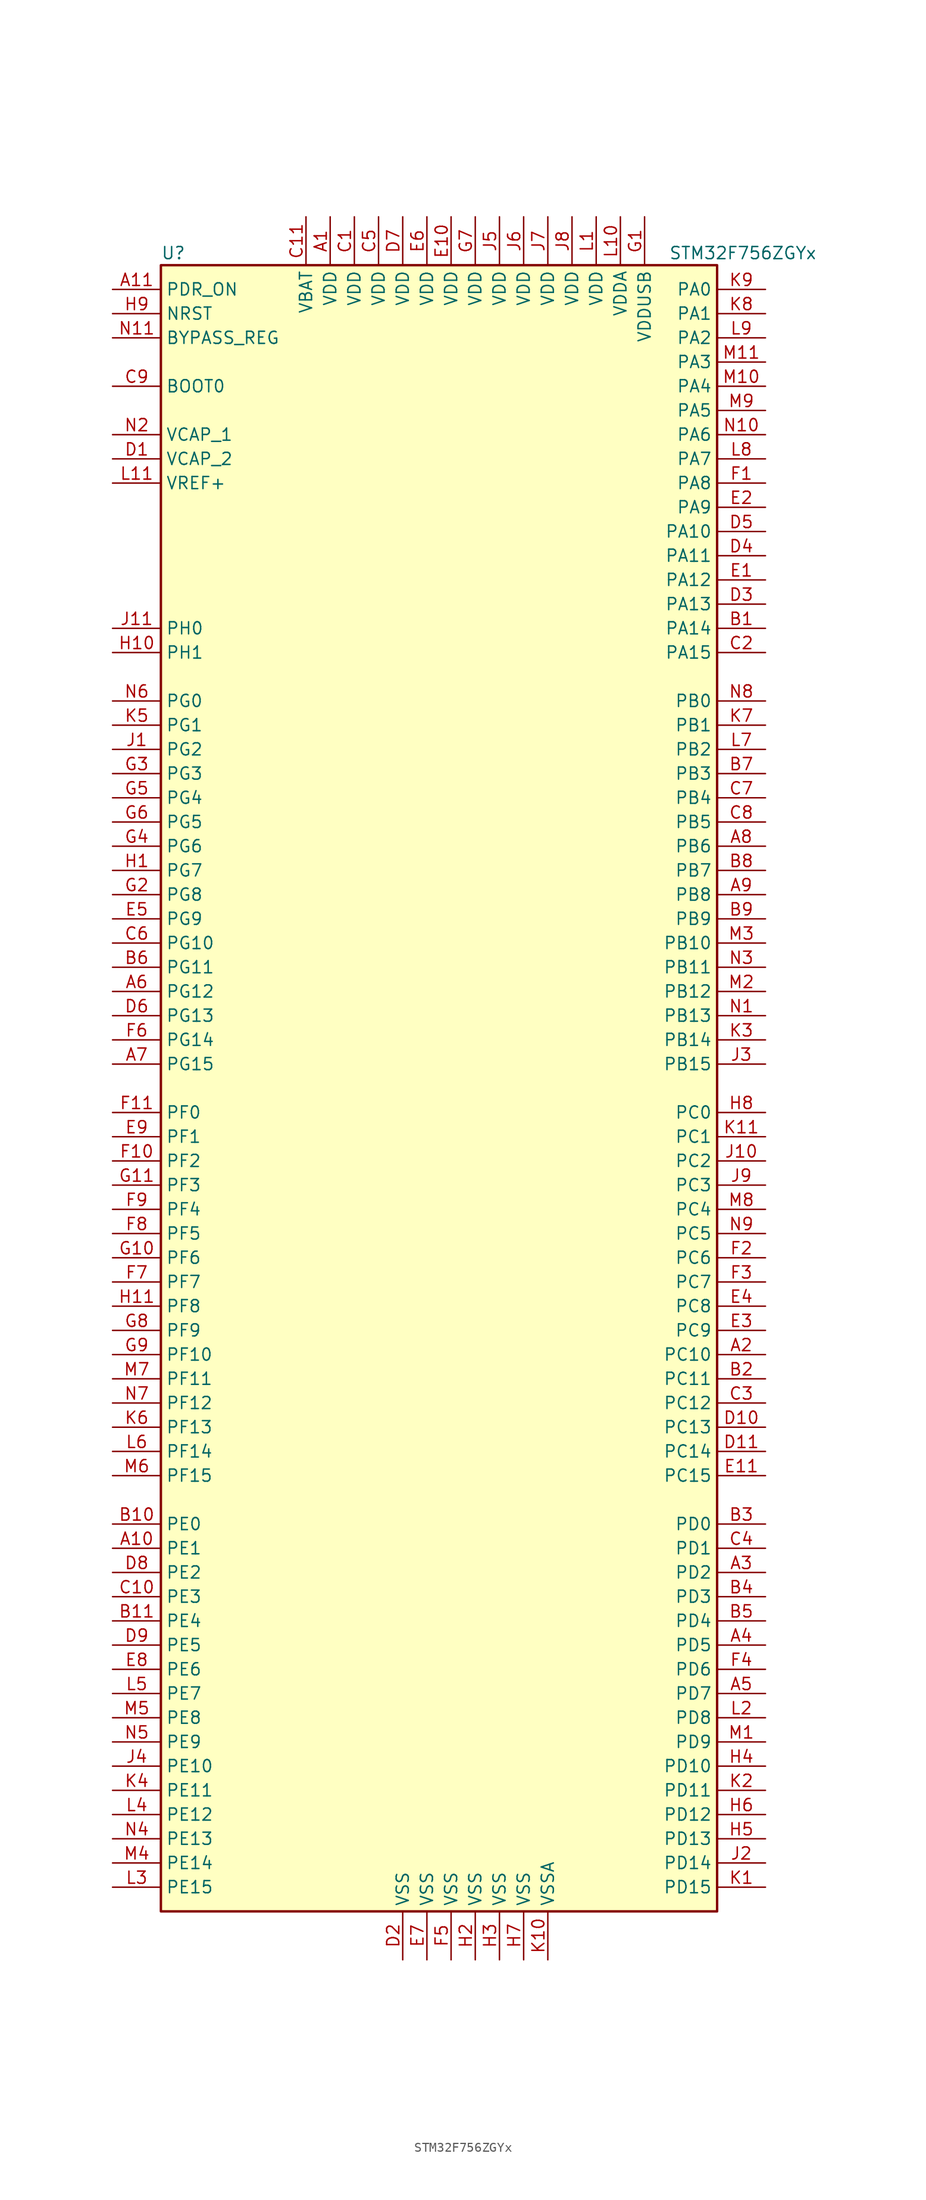
<source format=kicad_sym>
(kicad_symbol_lib
  (version 20211014)
  (generator kicad_symbol_editor)
  (symbol "STM32F756ZGYx"
    (property "Reference" "U"
      (at -30.48 87.63 0)
      (effects (font (size 1.27 1.27)) (justify left)))
    (property "Value" "STM32F756ZGYx"
      (at 22.86 87.63 0)
      (effects (font (size 1.27 1.27)) (justify left)))
    (symbol "STM32F756ZGYx_0_1"
      (rectangle (start -30.48 -86.36) (end 27.94 86.36) (stroke (width 0.254) (type default) (color 0 0 0 0)) (fill (type background))))
    (symbol "STM32F756ZGYx_1_1"
      (pin power_in line (at -12.7 91.44 270) (length 5.08) (name "VDD" (effects (font (size 1.27 1.27)))) (number "A1" (effects (font (size 1.27 1.27)))))
      (pin bidirectional line (at -35.56 -48.26 0) (length 5.08) (name "PE1" (effects (font (size 1.27 1.27)))) (number "A10" (effects (font (size 1.27 1.27)))))
      (pin input line (at -35.56 83.82 0) (length 5.08) (name "PDR_ON" (effects (font (size 1.27 1.27)))) (number "A11" (effects (font (size 1.27 1.27)))))
      (pin bidirectional line (at 33.02 -27.94 180) (length 5.08) (name "PC10" (effects (font (size 1.27 1.27)))) (number "A2" (effects (font (size 1.27 1.27)))))
      (pin bidirectional line (at 33.02 -50.8 180) (length 5.08) (name "PD2" (effects (font (size 1.27 1.27)))) (number "A3" (effects (font (size 1.27 1.27)))))
      (pin bidirectional line (at 33.02 -58.42 180) (length 5.08) (name "PD5" (effects (font (size 1.27 1.27)))) (number "A4" (effects (font (size 1.27 1.27)))))
      (pin bidirectional line (at 33.02 -63.5 180) (length 5.08) (name "PD7" (effects (font (size 1.27 1.27)))) (number "A5" (effects (font (size 1.27 1.27)))))
      (pin bidirectional line (at -35.56 10.16 0) (length 5.08) (name "PG12" (effects (font (size 1.27 1.27)))) (number "A6" (effects (font (size 1.27 1.27)))))
      (pin bidirectional line (at -35.56 2.54 0) (length 5.08) (name "PG15" (effects (font (size 1.27 1.27)))) (number "A7" (effects (font (size 1.27 1.27)))))
      (pin bidirectional line (at 33.02 25.4 180) (length 5.08) (name "PB6" (effects (font (size 1.27 1.27)))) (number "A8" (effects (font (size 1.27 1.27)))))
      (pin bidirectional line (at 33.02 20.32 180) (length 5.08) (name "PB8" (effects (font (size 1.27 1.27)))) (number "A9" (effects (font (size 1.27 1.27)))))
      (pin bidirectional line (at 33.02 48.26 180) (length 5.08) (name "PA14" (effects (font (size 1.27 1.27)))) (number "B1" (effects (font (size 1.27 1.27)))))
      (pin bidirectional line (at -35.56 -45.72 0) (length 5.08) (name "PE0" (effects (font (size 1.27 1.27)))) (number "B10" (effects (font (size 1.27 1.27)))))
      (pin bidirectional line (at -35.56 -55.88 0) (length 5.08) (name "PE4" (effects (font (size 1.27 1.27)))) (number "B11" (effects (font (size 1.27 1.27)))))
      (pin bidirectional line (at 33.02 -30.48 180) (length 5.08) (name "PC11" (effects (font (size 1.27 1.27)))) (number "B2" (effects (font (size 1.27 1.27)))))
      (pin bidirectional line (at 33.02 -45.72 180) (length 5.08) (name "PD0" (effects (font (size 1.27 1.27)))) (number "B3" (effects (font (size 1.27 1.27)))))
      (pin bidirectional line (at 33.02 -53.34 180) (length 5.08) (name "PD3" (effects (font (size 1.27 1.27)))) (number "B4" (effects (font (size 1.27 1.27)))))
      (pin bidirectional line (at 33.02 -55.88 180) (length 5.08) (name "PD4" (effects (font (size 1.27 1.27)))) (number "B5" (effects (font (size 1.27 1.27)))))
      (pin bidirectional line (at -35.56 12.7 0) (length 5.08) (name "PG11" (effects (font (size 1.27 1.27)))) (number "B6" (effects (font (size 1.27 1.27)))))
      (pin bidirectional line (at 33.02 33.02 180) (length 5.08) (name "PB3" (effects (font (size 1.27 1.27)))) (number "B7" (effects (font (size 1.27 1.27)))))
      (pin bidirectional line (at 33.02 22.86 180) (length 5.08) (name "PB7" (effects (font (size 1.27 1.27)))) (number "B8" (effects (font (size 1.27 1.27)))))
      (pin bidirectional line (at 33.02 17.78 180) (length 5.08) (name "PB9" (effects (font (size 1.27 1.27)))) (number "B9" (effects (font (size 1.27 1.27)))))
      (pin power_in line (at -10.16 91.44 270) (length 5.08) (name "VDD" (effects (font (size 1.27 1.27)))) (number "C1" (effects (font (size 1.27 1.27)))))
      (pin bidirectional line (at -35.56 -53.34 0) (length 5.08) (name "PE3" (effects (font (size 1.27 1.27)))) (number "C10" (effects (font (size 1.27 1.27)))))
      (pin power_in line (at -15.24 91.44 270) (length 5.08) (name "VBAT" (effects (font (size 1.27 1.27)))) (number "C11" (effects (font (size 1.27 1.27)))))
      (pin bidirectional line (at 33.02 45.72 180) (length 5.08) (name "PA15" (effects (font (size 1.27 1.27)))) (number "C2" (effects (font (size 1.27 1.27)))))
      (pin bidirectional line (at 33.02 -33.02 180) (length 5.08) (name "PC12" (effects (font (size 1.27 1.27)))) (number "C3" (effects (font (size 1.27 1.27)))))
      (pin bidirectional line (at 33.02 -48.26 180) (length 5.08) (name "PD1" (effects (font (size 1.27 1.27)))) (number "C4" (effects (font (size 1.27 1.27)))))
      (pin power_in line (at -7.62 91.44 270) (length 5.08) (name "VDD" (effects (font (size 1.27 1.27)))) (number "C5" (effects (font (size 1.27 1.27)))))
      (pin bidirectional line (at -35.56 15.24 0) (length 5.08) (name "PG10" (effects (font (size 1.27 1.27)))) (number "C6" (effects (font (size 1.27 1.27)))))
      (pin bidirectional line (at 33.02 30.48 180) (length 5.08) (name "PB4" (effects (font (size 1.27 1.27)))) (number "C7" (effects (font (size 1.27 1.27)))))
      (pin bidirectional line (at 33.02 27.94 180) (length 5.08) (name "PB5" (effects (font (size 1.27 1.27)))) (number "C8" (effects (font (size 1.27 1.27)))))
      (pin input line (at -35.56 73.66 0) (length 5.08) (name "BOOT0" (effects (font (size 1.27 1.27)))) (number "C9" (effects (font (size 1.27 1.27)))))
      (pin power_in line (at -35.56 66.04 0) (length 5.08) (name "VCAP_2" (effects (font (size 1.27 1.27)))) (number "D1" (effects (font (size 1.27 1.27)))))
      (pin bidirectional line (at 33.02 -35.56 180) (length 5.08) (name "PC13" (effects (font (size 1.27 1.27)))) (number "D10" (effects (font (size 1.27 1.27)))))
      (pin bidirectional line (at 33.02 -38.1 180) (length 5.08) (name "PC14" (effects (font (size 1.27 1.27)))) (number "D11" (effects (font (size 1.27 1.27)))))
      (pin power_in line (at -5.08 -91.44 90) (length 5.08) (name "VSS" (effects (font (size 1.27 1.27)))) (number "D2" (effects (font (size 1.27 1.27)))))
      (pin bidirectional line (at 33.02 50.8 180) (length 5.08) (name "PA13" (effects (font (size 1.27 1.27)))) (number "D3" (effects (font (size 1.27 1.27)))))
      (pin bidirectional line (at 33.02 55.88 180) (length 5.08) (name "PA11" (effects (font (size 1.27 1.27)))) (number "D4" (effects (font (size 1.27 1.27)))))
      (pin bidirectional line (at 33.02 58.42 180) (length 5.08) (name "PA10" (effects (font (size 1.27 1.27)))) (number "D5" (effects (font (size 1.27 1.27)))))
      (pin bidirectional line (at -35.56 7.62 0) (length 5.08) (name "PG13" (effects (font (size 1.27 1.27)))) (number "D6" (effects (font (size 1.27 1.27)))))
      (pin power_in line (at -5.08 91.44 270) (length 5.08) (name "VDD" (effects (font (size 1.27 1.27)))) (number "D7" (effects (font (size 1.27 1.27)))))
      (pin bidirectional line (at -35.56 -50.8 0) (length 5.08) (name "PE2" (effects (font (size 1.27 1.27)))) (number "D8" (effects (font (size 1.27 1.27)))))
      (pin bidirectional line (at -35.56 -58.42 0) (length 5.08) (name "PE5" (effects (font (size 1.27 1.27)))) (number "D9" (effects (font (size 1.27 1.27)))))
      (pin bidirectional line (at 33.02 53.34 180) (length 5.08) (name "PA12" (effects (font (size 1.27 1.27)))) (number "E1" (effects (font (size 1.27 1.27)))))
      (pin power_in line (at 0 91.44 270) (length 5.08) (name "VDD" (effects (font (size 1.27 1.27)))) (number "E10" (effects (font (size 1.27 1.27)))))
      (pin bidirectional line (at 33.02 -40.64 180) (length 5.08) (name "PC15" (effects (font (size 1.27 1.27)))) (number "E11" (effects (font (size 1.27 1.27)))))
      (pin bidirectional line (at 33.02 60.96 180) (length 5.08) (name "PA9" (effects (font (size 1.27 1.27)))) (number "E2" (effects (font (size 1.27 1.27)))))
      (pin bidirectional line (at 33.02 -25.4 180) (length 5.08) (name "PC9" (effects (font (size 1.27 1.27)))) (number "E3" (effects (font (size 1.27 1.27)))))
      (pin bidirectional line (at 33.02 -22.86 180) (length 5.08) (name "PC8" (effects (font (size 1.27 1.27)))) (number "E4" (effects (font (size 1.27 1.27)))))
      (pin bidirectional line (at -35.56 17.78 0) (length 5.08) (name "PG9" (effects (font (size 1.27 1.27)))) (number "E5" (effects (font (size 1.27 1.27)))))
      (pin power_in line (at -2.54 91.44 270) (length 5.08) (name "VDD" (effects (font (size 1.27 1.27)))) (number "E6" (effects (font (size 1.27 1.27)))))
      (pin power_in line (at -2.54 -91.44 90) (length 5.08) (name "VSS" (effects (font (size 1.27 1.27)))) (number "E7" (effects (font (size 1.27 1.27)))))
      (pin bidirectional line (at -35.56 -60.96 0) (length 5.08) (name "PE6" (effects (font (size 1.27 1.27)))) (number "E8" (effects (font (size 1.27 1.27)))))
      (pin bidirectional line (at -35.56 -5.08 0) (length 5.08) (name "PF1" (effects (font (size 1.27 1.27)))) (number "E9" (effects (font (size 1.27 1.27)))))
      (pin bidirectional line (at 33.02 63.5 180) (length 5.08) (name "PA8" (effects (font (size 1.27 1.27)))) (number "F1" (effects (font (size 1.27 1.27)))))
      (pin bidirectional line (at -35.56 -7.62 0) (length 5.08) (name "PF2" (effects (font (size 1.27 1.27)))) (number "F10" (effects (font (size 1.27 1.27)))))
      (pin bidirectional line (at -35.56 -2.54 0) (length 5.08) (name "PF0" (effects (font (size 1.27 1.27)))) (number "F11" (effects (font (size 1.27 1.27)))))
      (pin bidirectional line (at 33.02 -17.78 180) (length 5.08) (name "PC6" (effects (font (size 1.27 1.27)))) (number "F2" (effects (font (size 1.27 1.27)))))
      (pin bidirectional line (at 33.02 -20.32 180) (length 5.08) (name "PC7" (effects (font (size 1.27 1.27)))) (number "F3" (effects (font (size 1.27 1.27)))))
      (pin bidirectional line (at 33.02 -60.96 180) (length 5.08) (name "PD6" (effects (font (size 1.27 1.27)))) (number "F4" (effects (font (size 1.27 1.27)))))
      (pin power_in line (at 0 -91.44 90) (length 5.08) (name "VSS" (effects (font (size 1.27 1.27)))) (number "F5" (effects (font (size 1.27 1.27)))))
      (pin bidirectional line (at -35.56 5.08 0) (length 5.08) (name "PG14" (effects (font (size 1.27 1.27)))) (number "F6" (effects (font (size 1.27 1.27)))))
      (pin bidirectional line (at -35.56 -20.32 0) (length 5.08) (name "PF7" (effects (font (size 1.27 1.27)))) (number "F7" (effects (font (size 1.27 1.27)))))
      (pin bidirectional line (at -35.56 -15.24 0) (length 5.08) (name "PF5" (effects (font (size 1.27 1.27)))) (number "F8" (effects (font (size 1.27 1.27)))))
      (pin bidirectional line (at -35.56 -12.7 0) (length 5.08) (name "PF4" (effects (font (size 1.27 1.27)))) (number "F9" (effects (font (size 1.27 1.27)))))
      (pin power_in line (at 20.32 91.44 270) (length 5.08) (name "VDDUSB" (effects (font (size 1.27 1.27)))) (number "G1" (effects (font (size 1.27 1.27)))))
      (pin bidirectional line (at -35.56 -17.78 0) (length 5.08) (name "PF6" (effects (font (size 1.27 1.27)))) (number "G10" (effects (font (size 1.27 1.27)))))
      (pin bidirectional line (at -35.56 -10.16 0) (length 5.08) (name "PF3" (effects (font (size 1.27 1.27)))) (number "G11" (effects (font (size 1.27 1.27)))))
      (pin bidirectional line (at -35.56 20.32 0) (length 5.08) (name "PG8" (effects (font (size 1.27 1.27)))) (number "G2" (effects (font (size 1.27 1.27)))))
      (pin bidirectional line (at -35.56 33.02 0) (length 5.08) (name "PG3" (effects (font (size 1.27 1.27)))) (number "G3" (effects (font (size 1.27 1.27)))))
      (pin bidirectional line (at -35.56 25.4 0) (length 5.08) (name "PG6" (effects (font (size 1.27 1.27)))) (number "G4" (effects (font (size 1.27 1.27)))))
      (pin bidirectional line (at -35.56 30.48 0) (length 5.08) (name "PG4" (effects (font (size 1.27 1.27)))) (number "G5" (effects (font (size 1.27 1.27)))))
      (pin bidirectional line (at -35.56 27.94 0) (length 5.08) (name "PG5" (effects (font (size 1.27 1.27)))) (number "G6" (effects (font (size 1.27 1.27)))))
      (pin power_in line (at 2.54 91.44 270) (length 5.08) (name "VDD" (effects (font (size 1.27 1.27)))) (number "G7" (effects (font (size 1.27 1.27)))))
      (pin bidirectional line (at -35.56 -25.4 0) (length 5.08) (name "PF9" (effects (font (size 1.27 1.27)))) (number "G8" (effects (font (size 1.27 1.27)))))
      (pin bidirectional line (at -35.56 -27.94 0) (length 5.08) (name "PF10" (effects (font (size 1.27 1.27)))) (number "G9" (effects (font (size 1.27 1.27)))))
      (pin bidirectional line (at -35.56 22.86 0) (length 5.08) (name "PG7" (effects (font (size 1.27 1.27)))) (number "H1" (effects (font (size 1.27 1.27)))))
      (pin input line (at -35.56 45.72 0) (length 5.08) (name "PH1" (effects (font (size 1.27 1.27)))) (number "H10" (effects (font (size 1.27 1.27)))))
      (pin bidirectional line (at -35.56 -22.86 0) (length 5.08) (name "PF8" (effects (font (size 1.27 1.27)))) (number "H11" (effects (font (size 1.27 1.27)))))
      (pin power_in line (at 2.54 -91.44 90) (length 5.08) (name "VSS" (effects (font (size 1.27 1.27)))) (number "H2" (effects (font (size 1.27 1.27)))))
      (pin power_in line (at 5.08 -91.44 90) (length 5.08) (name "VSS" (effects (font (size 1.27 1.27)))) (number "H3" (effects (font (size 1.27 1.27)))))
      (pin bidirectional line (at 33.02 -71.12 180) (length 5.08) (name "PD10" (effects (font (size 1.27 1.27)))) (number "H4" (effects (font (size 1.27 1.27)))))
      (pin bidirectional line (at 33.02 -78.74 180) (length 5.08) (name "PD13" (effects (font (size 1.27 1.27)))) (number "H5" (effects (font (size 1.27 1.27)))))
      (pin bidirectional line (at 33.02 -76.2 180) (length 5.08) (name "PD12" (effects (font (size 1.27 1.27)))) (number "H6" (effects (font (size 1.27 1.27)))))
      (pin power_in line (at 7.62 -91.44 90) (length 5.08) (name "VSS" (effects (font (size 1.27 1.27)))) (number "H7" (effects (font (size 1.27 1.27)))))
      (pin bidirectional line (at 33.02 -2.54 180) (length 5.08) (name "PC0" (effects (font (size 1.27 1.27)))) (number "H8" (effects (font (size 1.27 1.27)))))
      (pin input line (at -35.56 81.28 0) (length 5.08) (name "NRST" (effects (font (size 1.27 1.27)))) (number "H9" (effects (font (size 1.27 1.27)))))
      (pin bidirectional line (at -35.56 35.56 0) (length 5.08) (name "PG2" (effects (font (size 1.27 1.27)))) (number "J1" (effects (font (size 1.27 1.27)))))
      (pin bidirectional line (at 33.02 -7.62 180) (length 5.08) (name "PC2" (effects (font (size 1.27 1.27)))) (number "J10" (effects (font (size 1.27 1.27)))))
      (pin input line (at -35.56 48.26 0) (length 5.08) (name "PH0" (effects (font (size 1.27 1.27)))) (number "J11" (effects (font (size 1.27 1.27)))))
      (pin bidirectional line (at 33.02 -81.28 180) (length 5.08) (name "PD14" (effects (font (size 1.27 1.27)))) (number "J2" (effects (font (size 1.27 1.27)))))
      (pin bidirectional line (at 33.02 2.54 180) (length 5.08) (name "PB15" (effects (font (size 1.27 1.27)))) (number "J3" (effects (font (size 1.27 1.27)))))
      (pin bidirectional line (at -35.56 -71.12 0) (length 5.08) (name "PE10" (effects (font (size 1.27 1.27)))) (number "J4" (effects (font (size 1.27 1.27)))))
      (pin power_in line (at 5.08 91.44 270) (length 5.08) (name "VDD" (effects (font (size 1.27 1.27)))) (number "J5" (effects (font (size 1.27 1.27)))))
      (pin power_in line (at 7.62 91.44 270) (length 5.08) (name "VDD" (effects (font (size 1.27 1.27)))) (number "J6" (effects (font (size 1.27 1.27)))))
      (pin power_in line (at 10.16 91.44 270) (length 5.08) (name "VDD" (effects (font (size 1.27 1.27)))) (number "J7" (effects (font (size 1.27 1.27)))))
      (pin power_in line (at 12.7 91.44 270) (length 5.08) (name "VDD" (effects (font (size 1.27 1.27)))) (number "J8" (effects (font (size 1.27 1.27)))))
      (pin bidirectional line (at 33.02 -10.16 180) (length 5.08) (name "PC3" (effects (font (size 1.27 1.27)))) (number "J9" (effects (font (size 1.27 1.27)))))
      (pin bidirectional line (at 33.02 -83.82 180) (length 5.08) (name "PD15" (effects (font (size 1.27 1.27)))) (number "K1" (effects (font (size 1.27 1.27)))))
      (pin power_in line (at 10.16 -91.44 90) (length 5.08) (name "VSSA" (effects (font (size 1.27 1.27)))) (number "K10" (effects (font (size 1.27 1.27)))))
      (pin bidirectional line (at 33.02 -5.08 180) (length 5.08) (name "PC1" (effects (font (size 1.27 1.27)))) (number "K11" (effects (font (size 1.27 1.27)))))
      (pin bidirectional line (at 33.02 -73.66 180) (length 5.08) (name "PD11" (effects (font (size 1.27 1.27)))) (number "K2" (effects (font (size 1.27 1.27)))))
      (pin bidirectional line (at 33.02 5.08 180) (length 5.08) (name "PB14" (effects (font (size 1.27 1.27)))) (number "K3" (effects (font (size 1.27 1.27)))))
      (pin bidirectional line (at -35.56 -73.66 0) (length 5.08) (name "PE11" (effects (font (size 1.27 1.27)))) (number "K4" (effects (font (size 1.27 1.27)))))
      (pin bidirectional line (at -35.56 38.1 0) (length 5.08) (name "PG1" (effects (font (size 1.27 1.27)))) (number "K5" (effects (font (size 1.27 1.27)))))
      (pin bidirectional line (at -35.56 -35.56 0) (length 5.08) (name "PF13" (effects (font (size 1.27 1.27)))) (number "K6" (effects (font (size 1.27 1.27)))))
      (pin bidirectional line (at 33.02 38.1 180) (length 5.08) (name "PB1" (effects (font (size 1.27 1.27)))) (number "K7" (effects (font (size 1.27 1.27)))))
      (pin bidirectional line (at 33.02 81.28 180) (length 5.08) (name "PA1" (effects (font (size 1.27 1.27)))) (number "K8" (effects (font (size 1.27 1.27)))))
      (pin bidirectional line (at 33.02 83.82 180) (length 5.08) (name "PA0" (effects (font (size 1.27 1.27)))) (number "K9" (effects (font (size 1.27 1.27)))))
      (pin power_in line (at 15.24 91.44 270) (length 5.08) (name "VDD" (effects (font (size 1.27 1.27)))) (number "L1" (effects (font (size 1.27 1.27)))))
      (pin power_in line (at 17.78 91.44 270) (length 5.08) (name "VDDA" (effects (font (size 1.27 1.27)))) (number "L10" (effects (font (size 1.27 1.27)))))
      (pin power_in line (at -35.56 63.5 0) (length 5.08) (name "VREF+" (effects (font (size 1.27 1.27)))) (number "L11" (effects (font (size 1.27 1.27)))))
      (pin bidirectional line (at 33.02 -66.04 180) (length 5.08) (name "PD8" (effects (font (size 1.27 1.27)))) (number "L2" (effects (font (size 1.27 1.27)))))
      (pin bidirectional line (at -35.56 -83.82 0) (length 5.08) (name "PE15" (effects (font (size 1.27 1.27)))) (number "L3" (effects (font (size 1.27 1.27)))))
      (pin bidirectional line (at -35.56 -76.2 0) (length 5.08) (name "PE12" (effects (font (size 1.27 1.27)))) (number "L4" (effects (font (size 1.27 1.27)))))
      (pin bidirectional line (at -35.56 -63.5 0) (length 5.08) (name "PE7" (effects (font (size 1.27 1.27)))) (number "L5" (effects (font (size 1.27 1.27)))))
      (pin bidirectional line (at -35.56 -38.1 0) (length 5.08) (name "PF14" (effects (font (size 1.27 1.27)))) (number "L6" (effects (font (size 1.27 1.27)))))
      (pin bidirectional line (at 33.02 35.56 180) (length 5.08) (name "PB2" (effects (font (size 1.27 1.27)))) (number "L7" (effects (font (size 1.27 1.27)))))
      (pin bidirectional line (at 33.02 66.04 180) (length 5.08) (name "PA7" (effects (font (size 1.27 1.27)))) (number "L8" (effects (font (size 1.27 1.27)))))
      (pin bidirectional line (at 33.02 78.74 180) (length 5.08) (name "PA2" (effects (font (size 1.27 1.27)))) (number "L9" (effects (font (size 1.27 1.27)))))
      (pin bidirectional line (at 33.02 -68.58 180) (length 5.08) (name "PD9" (effects (font (size 1.27 1.27)))) (number "M1" (effects (font (size 1.27 1.27)))))
      (pin bidirectional line (at 33.02 73.66 180) (length 5.08) (name "PA4" (effects (font (size 1.27 1.27)))) (number "M10" (effects (font (size 1.27 1.27)))))
      (pin bidirectional line (at 33.02 76.2 180) (length 5.08) (name "PA3" (effects (font (size 1.27 1.27)))) (number "M11" (effects (font (size 1.27 1.27)))))
      (pin bidirectional line (at 33.02 10.16 180) (length 5.08) (name "PB12" (effects (font (size 1.27 1.27)))) (number "M2" (effects (font (size 1.27 1.27)))))
      (pin bidirectional line (at 33.02 15.24 180) (length 5.08) (name "PB10" (effects (font (size 1.27 1.27)))) (number "M3" (effects (font (size 1.27 1.27)))))
      (pin bidirectional line (at -35.56 -81.28 0) (length 5.08) (name "PE14" (effects (font (size 1.27 1.27)))) (number "M4" (effects (font (size 1.27 1.27)))))
      (pin bidirectional line (at -35.56 -66.04 0) (length 5.08) (name "PE8" (effects (font (size 1.27 1.27)))) (number "M5" (effects (font (size 1.27 1.27)))))
      (pin bidirectional line (at -35.56 -40.64 0) (length 5.08) (name "PF15" (effects (font (size 1.27 1.27)))) (number "M6" (effects (font (size 1.27 1.27)))))
      (pin bidirectional line (at -35.56 -30.48 0) (length 5.08) (name "PF11" (effects (font (size 1.27 1.27)))) (number "M7" (effects (font (size 1.27 1.27)))))
      (pin bidirectional line (at 33.02 -12.7 180) (length 5.08) (name "PC4" (effects (font (size 1.27 1.27)))) (number "M8" (effects (font (size 1.27 1.27)))))
      (pin bidirectional line (at 33.02 71.12 180) (length 5.08) (name "PA5" (effects (font (size 1.27 1.27)))) (number "M9" (effects (font (size 1.27 1.27)))))
      (pin bidirectional line (at 33.02 7.62 180) (length 5.08) (name "PB13" (effects (font (size 1.27 1.27)))) (number "N1" (effects (font (size 1.27 1.27)))))
      (pin bidirectional line (at 33.02 68.58 180) (length 5.08) (name "PA6" (effects (font (size 1.27 1.27)))) (number "N10" (effects (font (size 1.27 1.27)))))
      (pin input line (at -35.56 78.74 0) (length 5.08) (name "BYPASS_REG" (effects (font (size 1.27 1.27)))) (number "N11" (effects (font (size 1.27 1.27)))))
      (pin power_in line (at -35.56 68.58 0) (length 5.08) (name "VCAP_1" (effects (font (size 1.27 1.27)))) (number "N2" (effects (font (size 1.27 1.27)))))
      (pin bidirectional line (at 33.02 12.7 180) (length 5.08) (name "PB11" (effects (font (size 1.27 1.27)))) (number "N3" (effects (font (size 1.27 1.27)))))
      (pin bidirectional line (at -35.56 -78.74 0) (length 5.08) (name "PE13" (effects (font (size 1.27 1.27)))) (number "N4" (effects (font (size 1.27 1.27)))))
      (pin bidirectional line (at -35.56 -68.58 0) (length 5.08) (name "PE9" (effects (font (size 1.27 1.27)))) (number "N5" (effects (font (size 1.27 1.27)))))
      (pin bidirectional line (at -35.56 40.64 0) (length 5.08) (name "PG0" (effects (font (size 1.27 1.27)))) (number "N6" (effects (font (size 1.27 1.27)))))
      (pin bidirectional line (at -35.56 -33.02 0) (length 5.08) (name "PF12" (effects (font (size 1.27 1.27)))) (number "N7" (effects (font (size 1.27 1.27)))))
      (pin bidirectional line (at 33.02 40.64 180) (length 5.08) (name "PB0" (effects (font (size 1.27 1.27)))) (number "N8" (effects (font (size 1.27 1.27)))))
      (pin bidirectional line (at 33.02 -15.24 180) (length 5.08) (name "PC5" (effects (font (size 1.27 1.27)))) (number "N9" (effects (font (size 1.27 1.27))))))))
</source>
